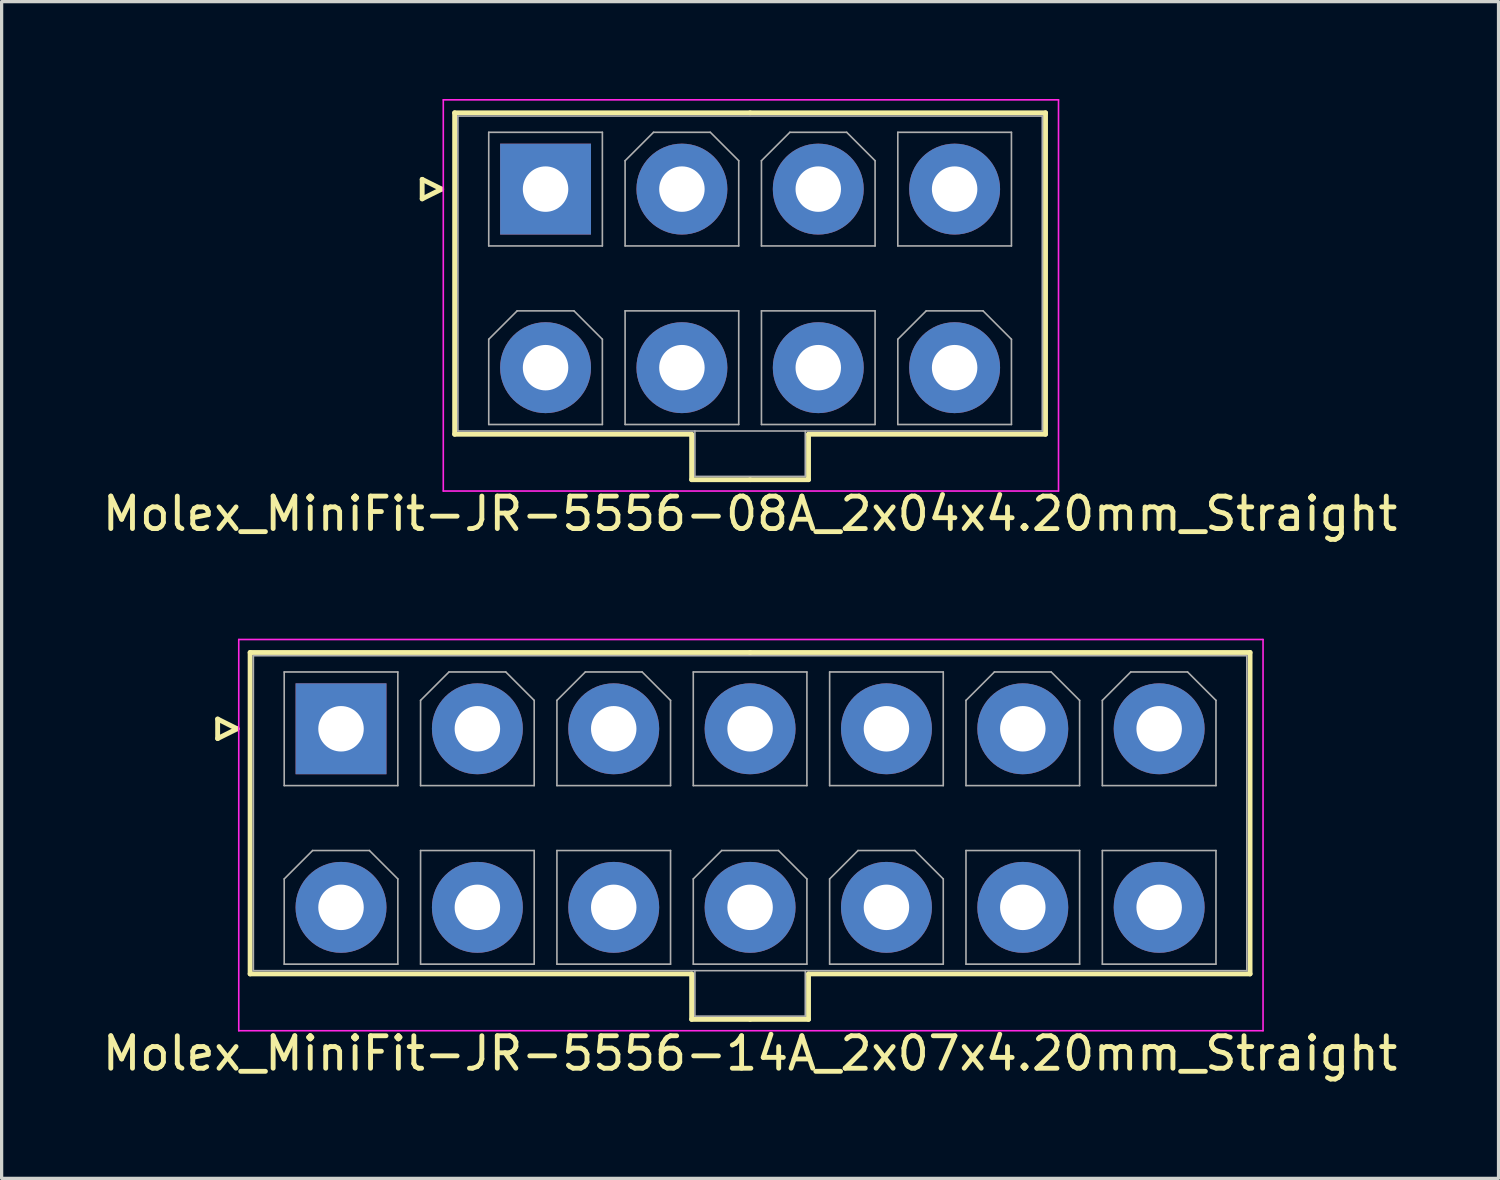
<source format=kicad_pcb>
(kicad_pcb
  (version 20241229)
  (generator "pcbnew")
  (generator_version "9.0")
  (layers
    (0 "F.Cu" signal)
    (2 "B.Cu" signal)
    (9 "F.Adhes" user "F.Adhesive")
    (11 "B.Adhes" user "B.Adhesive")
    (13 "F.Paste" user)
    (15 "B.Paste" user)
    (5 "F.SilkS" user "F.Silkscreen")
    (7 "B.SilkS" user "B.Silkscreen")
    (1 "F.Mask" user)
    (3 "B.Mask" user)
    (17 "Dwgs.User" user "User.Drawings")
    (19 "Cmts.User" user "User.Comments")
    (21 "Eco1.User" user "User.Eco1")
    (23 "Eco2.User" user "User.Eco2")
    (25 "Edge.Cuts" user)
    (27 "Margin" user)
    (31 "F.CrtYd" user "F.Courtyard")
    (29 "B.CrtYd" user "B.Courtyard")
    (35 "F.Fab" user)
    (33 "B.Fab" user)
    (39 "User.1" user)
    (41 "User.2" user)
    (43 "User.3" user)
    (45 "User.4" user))
  (footprint "Molex_MiniFit-JR-5556-14A_2x07x4.20mm_Straight"
    (layer "F.Cu")
    (at 7.454 19.398)
    (property "Reference" "Molex_MiniFit-JR-5556-14A_2x07x4.20mm_Straight" (at 12.6 10 0) (layer "F.SilkS") (effects (font (size 1 1) (thickness 0.15))))
    (attr through_hole)
    (fp_line (start -3.8 -0.3) (end -3.2 0) (stroke (width 0.15) (type solid)) (layer "F.SilkS"))
    (fp_line (start -3.8 0.3) (end -3.8 -0.3) (stroke (width 0.15) (type solid)) (layer "F.SilkS"))
    (fp_line (start -3.2 0) (end -3.8 0.3) (stroke (width 0.15) (type solid)) (layer "F.SilkS"))
    (fp_line (start -2.8 -2.35) (end -2.8 7.55) (stroke (width 0.15) (type solid)) (layer "F.SilkS"))
    (fp_line (start -2.8 7.55) (end 10.8 7.55) (stroke (width 0.15) (type solid)) (layer "F.SilkS"))
    (fp_line (start 10.8 7.55) (end 10.8 8.95) (stroke (width 0.15) (type solid)) (layer "F.SilkS"))
    (fp_line (start 10.8 8.95) (end 12.6 8.95) (stroke (width 0.15) (type solid)) (layer "F.SilkS"))
    (fp_line (start 12.6 -2.35) (end -2.8 -2.35) (stroke (width 0.15) (type solid)) (layer "F.SilkS"))
    (fp_line (start 12.6 -2.35) (end 28 -2.35) (stroke (width 0.15) (type solid)) (layer "F.SilkS"))
    (fp_line (start 14.4 7.55) (end 14.4 8.95) (stroke (width 0.15) (type solid)) (layer "F.SilkS"))
    (fp_line (start 14.4 8.95) (end 12.6 8.95) (stroke (width 0.15) (type solid)) (layer "F.SilkS"))
    (fp_line (start 28 -2.35) (end 28 7.55) (stroke (width 0.15) (type solid)) (layer "F.SilkS"))
    (fp_line (start 28 7.55) (end 14.4 7.55) (stroke (width 0.15) (type solid)) (layer "F.SilkS"))
    (fp_line (start -3.15 -2.75) (end -3.15 9.3) (stroke (width 0.05) (type solid)) (layer "F.CrtYd"))
    (fp_line (start -3.15 9.3) (end 28.4 9.3) (stroke (width 0.05) (type solid)) (layer "F.CrtYd"))
    (fp_line (start 28.4 -2.75) (end -3.15 -2.75) (stroke (width 0.05) (type solid)) (layer "F.CrtYd"))
    (fp_line (start 28.4 9.3) (end 28.4 -2.75) (stroke (width 0.05) (type solid)) (layer "F.CrtYd"))
    (fp_line (start -2.7 -2.25) (end -2.7 7.45) (stroke (width 0.05) (type solid)) (layer "F.Fab"))
    (fp_line (start -2.7 7.45) (end 27.9 7.45) (stroke (width 0.05) (type solid)) (layer "F.Fab"))
    (fp_line (start -1.75 -1.75) (end -1.75 1.75) (stroke (width 0.05) (type solid)) (layer "F.Fab"))
    (fp_line (start -1.75 1.75) (end 1.75 1.75) (stroke (width 0.05) (type solid)) (layer "F.Fab"))
    (fp_line (start -1.75 4.625) (end -0.875 3.75) (stroke (width 0.05) (type solid)) (layer "F.Fab"))
    (fp_line (start -1.75 7.25) (end -1.75 4.625) (stroke (width 0.05) (type solid)) (layer "F.Fab"))
    (fp_line (start -0.875 3.75) (end 0.875 3.75) (stroke (width 0.05) (type solid)) (layer "F.Fab"))
    (fp_line (start 0.875 3.75) (end 1.75 4.625) (stroke (width 0.05) (type solid)) (layer "F.Fab"))
    (fp_line (start 1.75 -1.75) (end -1.75 -1.75) (stroke (width 0.05) (type solid)) (layer "F.Fab"))
    (fp_line (start 1.75 1.75) (end 1.75 -1.75) (stroke (width 0.05) (type solid)) (layer "F.Fab"))
    (fp_line (start 1.75 4.625) (end 1.75 7.25) (stroke (width 0.05) (type solid)) (layer "F.Fab"))
    (fp_line (start 1.75 7.25) (end -1.75 7.25) (stroke (width 0.05) (type solid)) (layer "F.Fab"))
    (fp_line (start 2.45 -0.875) (end 3.325 -1.75) (stroke (width 0.05) (type solid)) (layer "F.Fab"))
    (fp_line (start 2.45 1.75) (end 2.45 -0.875) (stroke (width 0.05) (type solid)) (layer "F.Fab"))
    (fp_line (start 2.45 3.75) (end 2.45 7.25) (stroke (width 0.05) (type solid)) (layer "F.Fab"))
    (fp_line (start 2.45 7.25) (end 5.95 7.25) (stroke (width 0.05) (type solid)) (layer "F.Fab"))
    (fp_line (start 3.325 -1.75) (end 5.075 -1.75) (stroke (width 0.05) (type solid)) (layer "F.Fab"))
    (fp_line (start 5.075 -1.75) (end 5.95 -0.875) (stroke (width 0.05) (type solid)) (layer "F.Fab"))
    (fp_line (start 5.95 -0.875) (end 5.95 1.75) (stroke (width 0.05) (type solid)) (layer "F.Fab"))
    (fp_line (start 5.95 1.75) (end 2.45 1.75) (stroke (width 0.05) (type solid)) (layer "F.Fab"))
    (fp_line (start 5.95 3.75) (end 2.45 3.75) (stroke (width 0.05) (type solid)) (layer "F.Fab"))
    (fp_line (start 5.95 7.25) (end 5.95 3.75) (stroke (width 0.05) (type solid)) (layer "F.Fab"))
    (fp_line (start 6.65 -0.875) (end 7.525 -1.75) (stroke (width 0.05) (type solid)) (layer "F.Fab"))
    (fp_line (start 6.65 1.75) (end 6.65 -0.875) (stroke (width 0.05) (type solid)) (layer "F.Fab"))
    (fp_line (start 6.65 3.75) (end 6.65 7.25) (stroke (width 0.05) (type solid)) (layer "F.Fab"))
    (fp_line (start 6.65 7.25) (end 10.15 7.25) (stroke (width 0.05) (type solid)) (layer "F.Fab"))
    (fp_line (start 7.525 -1.75) (end 9.275 -1.75) (stroke (width 0.05) (type solid)) (layer "F.Fab"))
    (fp_line (start 9.275 -1.75) (end 10.15 -0.875) (stroke (width 0.05) (type solid)) (layer "F.Fab"))
    (fp_line (start 10.15 -0.875) (end 10.15 1.75) (stroke (width 0.05) (type solid)) (layer "F.Fab"))
    (fp_line (start 10.15 1.75) (end 6.65 1.75) (stroke (width 0.05) (type solid)) (layer "F.Fab"))
    (fp_line (start 10.15 3.75) (end 6.65 3.75) (stroke (width 0.05) (type solid)) (layer "F.Fab"))
    (fp_line (start 10.15 7.25) (end 10.15 3.75) (stroke (width 0.05) (type solid)) (layer "F.Fab"))
    (fp_line (start 10.85 -1.75) (end 10.85 1.75) (stroke (width 0.05) (type solid)) (layer "F.Fab"))
    (fp_line (start 10.85 1.75) (end 14.35 1.75) (stroke (width 0.05) (type solid)) (layer "F.Fab"))
    (fp_line (start 10.85 4.625) (end 11.725 3.75) (stroke (width 0.05) (type solid)) (layer "F.Fab"))
    (fp_line (start 10.85 7.25) (end 10.85 4.625) (stroke (width 0.05) (type solid)) (layer "F.Fab"))
    (fp_line (start 10.9 7.45) (end 10.9 8.85) (stroke (width 0.05) (type solid)) (layer "F.Fab"))
    (fp_line (start 10.9 8.85) (end 14.3 8.85) (stroke (width 0.05) (type solid)) (layer "F.Fab"))
    (fp_line (start 11.725 3.75) (end 13.475 3.75) (stroke (width 0.05) (type solid)) (layer "F.Fab"))
    (fp_line (start 13.475 3.75) (end 14.35 4.625) (stroke (width 0.05) (type solid)) (layer "F.Fab"))
    (fp_line (start 14.3 8.85) (end 14.3 7.45) (stroke (width 0.05) (type solid)) (layer "F.Fab"))
    (fp_line (start 14.35 -1.75) (end 10.85 -1.75) (stroke (width 0.05) (type solid)) (layer "F.Fab"))
    (fp_line (start 14.35 1.75) (end 14.35 -1.75) (stroke (width 0.05) (type solid)) (layer "F.Fab"))
    (fp_line (start 14.35 4.625) (end 14.35 7.25) (stroke (width 0.05) (type solid)) (layer "F.Fab"))
    (fp_line (start 14.35 7.25) (end 10.85 7.25) (stroke (width 0.05) (type solid)) (layer "F.Fab"))
    (fp_line (start 15.05 -1.75) (end 15.05 1.75) (stroke (width 0.05) (type solid)) (layer "F.Fab"))
    (fp_line (start 15.05 1.75) (end 18.55 1.75) (stroke (width 0.05) (type solid)) (layer "F.Fab"))
    (fp_line (start 15.05 4.625) (end 15.925 3.75) (stroke (width 0.05) (type solid)) (layer "F.Fab"))
    (fp_line (start 15.05 7.25) (end 15.05 4.625) (stroke (width 0.05) (type solid)) (layer "F.Fab"))
    (fp_line (start 15.925 3.75) (end 17.675 3.75) (stroke (width 0.05) (type solid)) (layer "F.Fab"))
    (fp_line (start 17.675 3.75) (end 18.55 4.625) (stroke (width 0.05) (type solid)) (layer "F.Fab"))
    (fp_line (start 18.55 -1.75) (end 15.05 -1.75) (stroke (width 0.05) (type solid)) (layer "F.Fab"))
    (fp_line (start 18.55 1.75) (end 18.55 -1.75) (stroke (width 0.05) (type solid)) (layer "F.Fab"))
    (fp_line (start 18.55 4.625) (end 18.55 7.25) (stroke (width 0.05) (type solid)) (layer "F.Fab"))
    (fp_line (start 18.55 7.25) (end 15.05 7.25) (stroke (width 0.05) (type solid)) (layer "F.Fab"))
    (fp_line (start 19.25 -0.875) (end 20.125 -1.75) (stroke (width 0.05) (type solid)) (layer "F.Fab"))
    (fp_line (start 19.25 1.75) (end 19.25 -0.875) (stroke (width 0.05) (type solid)) (layer "F.Fab"))
    (fp_line (start 19.25 3.75) (end 19.25 7.25) (stroke (width 0.05) (type solid)) (layer "F.Fab"))
    (fp_line (start 19.25 7.25) (end 22.75 7.25) (stroke (width 0.05) (type solid)) (layer "F.Fab"))
    (fp_line (start 20.125 -1.75) (end 21.875 -1.75) (stroke (width 0.05) (type solid)) (layer "F.Fab"))
    (fp_line (start 21.875 -1.75) (end 22.75 -0.875) (stroke (width 0.05) (type solid)) (layer "F.Fab"))
    (fp_line (start 22.75 -0.875) (end 22.75 1.75) (stroke (width 0.05) (type solid)) (layer "F.Fab"))
    (fp_line (start 22.75 1.75) (end 19.25 1.75) (stroke (width 0.05) (type solid)) (layer "F.Fab"))
    (fp_line (start 22.75 3.75) (end 19.25 3.75) (stroke (width 0.05) (type solid)) (layer "F.Fab"))
    (fp_line (start 22.75 7.25) (end 22.75 3.75) (stroke (width 0.05) (type solid)) (layer "F.Fab"))
    (fp_line (start 23.45 -0.875) (end 24.325 -1.75) (stroke (width 0.05) (type solid)) (layer "F.Fab"))
    (fp_line (start 23.45 1.75) (end 23.45 -0.875) (stroke (width 0.05) (type solid)) (layer "F.Fab"))
    (fp_line (start 23.45 3.75) (end 23.45 7.25) (stroke (width 0.05) (type solid)) (layer "F.Fab"))
    (fp_line (start 23.45 7.25) (end 26.95 7.25) (stroke (width 0.05) (type solid)) (layer "F.Fab"))
    (fp_line (start 24.325 -1.75) (end 26.075 -1.75) (stroke (width 0.05) (type solid)) (layer "F.Fab"))
    (fp_line (start 26.075 -1.75) (end 26.95 -0.875) (stroke (width 0.05) (type solid)) (layer "F.Fab"))
    (fp_line (start 26.95 -0.875) (end 26.95 1.75) (stroke (width 0.05) (type solid)) (layer "F.Fab"))
    (fp_line (start 26.95 1.75) (end 23.45 1.75) (stroke (width 0.05) (type solid)) (layer "F.Fab"))
    (fp_line (start 26.95 3.75) (end 23.45 3.75) (stroke (width 0.05) (type solid)) (layer "F.Fab"))
    (fp_line (start 26.95 7.25) (end 26.95 3.75) (stroke (width 0.05) (type solid)) (layer "F.Fab"))
    (fp_line (start 27.9 -2.25) (end -2.7 -2.25) (stroke (width 0.05) (type solid)) (layer "F.Fab"))
    (fp_line (start 27.9 7.45) (end 27.9 -2.25) (stroke (width 0.05) (type solid)) (layer "F.Fab"))
    (pad "1" thru_hole rect (at 0 0) (size 2.8 2.8) (drill 1.4) (layers "*.Cu" "*.Mask"))
    (pad "2" thru_hole circle (at 4.2 0) (size 2.8 2.8) (drill 1.4) (layers "*.Cu" "*.Mask"))
    (pad "3" thru_hole circle (at 8.4 0) (size 2.8 2.8) (drill 1.4) (layers "*.Cu" "*.Mask"))
    (pad "4" thru_hole circle (at 12.6 0) (size 2.8 2.8) (drill 1.4) (layers "*.Cu" "*.Mask"))
    (pad "5" thru_hole circle (at 16.8 0) (size 2.8 2.8) (drill 1.4) (layers "*.Cu" "*.Mask"))
    (pad "6" thru_hole circle (at 21 0) (size 2.8 2.8) (drill 1.4) (layers "*.Cu" "*.Mask"))
    (pad "7" thru_hole circle (at 25.2 0) (size 2.8 2.8) (drill 1.4) (layers "*.Cu" "*.Mask"))
    (pad "8" thru_hole circle (at 0 5.5) (size 2.8 2.8) (drill 1.4) (layers "*.Cu" "*.Mask"))
    (pad "9" thru_hole circle (at 4.2 5.5) (size 2.8 2.8) (drill 1.4) (layers "*.Cu" "*.Mask"))
    (pad "10" thru_hole circle (at 8.4 5.5) (size 2.8 2.8) (drill 1.4) (layers "*.Cu" "*.Mask"))
    (pad "11" thru_hole circle (at 12.6 5.5) (size 2.8 2.8) (drill 1.4) (layers "*.Cu" "*.Mask"))
    (pad "12" thru_hole circle (at 16.8 5.5) (size 2.8 2.8) (drill 1.4) (layers "*.Cu" "*.Mask"))
    (pad "13" thru_hole circle (at 21 5.5) (size 2.8 2.8) (drill 1.4) (layers "*.Cu" "*.Mask"))
    (pad "14" thru_hole circle (at 25.2 5.5) (size 2.8 2.8) (drill 1.4) (layers "*.Cu" "*.Mask")))
  (footprint "Molex_MiniFit-JR-5556-08A_2x04x4.20mm_Straight"
    (layer "F.Cu")
    (at 13.754 2.775)
    (property "Reference" "Molex_MiniFit-JR-5556-08A_2x04x4.20mm_Straight" (at 6.3 10 0) (layer "F.SilkS") (effects (font (size 1 1) (thickness 0.15))))
    (attr through_hole)
    (fp_line (start -3.8 -0.3) (end -3.2 0) (stroke (width 0.15) (type solid)) (layer "F.SilkS"))
    (fp_line (start -3.8 0.3) (end -3.8 -0.3) (stroke (width 0.15) (type solid)) (layer "F.SilkS"))
    (fp_line (start -3.2 0) (end -3.8 0.3) (stroke (width 0.15) (type solid)) (layer "F.SilkS"))
    (fp_line (start -2.8 -2.35) (end -2.8 7.55) (stroke (width 0.15) (type solid)) (layer "F.SilkS"))
    (fp_line (start -2.8 7.55) (end 4.5 7.55) (stroke (width 0.15) (type solid)) (layer "F.SilkS"))
    (fp_line (start 4.5 7.55) (end 4.5 8.95) (stroke (width 0.15) (type solid)) (layer "F.SilkS"))
    (fp_line (start 4.5 8.95) (end 6.3 8.95) (stroke (width 0.15) (type solid)) (layer "F.SilkS"))
    (fp_line (start 6.3 -2.35) (end -2.8 -2.35) (stroke (width 0.15) (type solid)) (layer "F.SilkS"))
    (fp_line (start 6.3 -2.35) (end 15.4 -2.35) (stroke (width 0.15) (type solid)) (layer "F.SilkS"))
    (fp_line (start 8.1 7.55) (end 8.1 8.95) (stroke (width 0.15) (type solid)) (layer "F.SilkS"))
    (fp_line (start 8.1 8.95) (end 6.3 8.95) (stroke (width 0.15) (type solid)) (layer "F.SilkS"))
    (fp_line (start 15.4 -2.35) (end 15.4 7.55) (stroke (width 0.15) (type solid)) (layer "F.SilkS"))
    (fp_line (start 15.4 7.55) (end 8.1 7.55) (stroke (width 0.15) (type solid)) (layer "F.SilkS"))
    (fp_line (start -3.15 -2.75) (end -3.15 9.3) (stroke (width 0.05) (type solid)) (layer "F.CrtYd"))
    (fp_line (start -3.15 9.3) (end 15.8 9.3) (stroke (width 0.05) (type solid)) (layer "F.CrtYd"))
    (fp_line (start 15.8 -2.75) (end -3.15 -2.75) (stroke (width 0.05) (type solid)) (layer "F.CrtYd"))
    (fp_line (start 15.8 9.3) (end 15.8 -2.75) (stroke (width 0.05) (type solid)) (layer "F.CrtYd"))
    (fp_line (start -2.7 -2.25) (end -2.7 7.45) (stroke (width 0.05) (type solid)) (layer "F.Fab"))
    (fp_line (start -2.7 7.45) (end 15.3 7.45) (stroke (width 0.05) (type solid)) (layer "F.Fab"))
    (fp_line (start -1.75 -1.75) (end -1.75 1.75) (stroke (width 0.05) (type solid)) (layer "F.Fab"))
    (fp_line (start -1.75 1.75) (end 1.75 1.75) (stroke (width 0.05) (type solid)) (layer "F.Fab"))
    (fp_line (start -1.75 4.625) (end -0.875 3.75) (stroke (width 0.05) (type solid)) (layer "F.Fab"))
    (fp_line (start -1.75 7.25) (end -1.75 4.625) (stroke (width 0.05) (type solid)) (layer "F.Fab"))
    (fp_line (start -0.875 3.75) (end 0.875 3.75) (stroke (width 0.05) (type solid)) (layer "F.Fab"))
    (fp_line (start 0.875 3.75) (end 1.75 4.625) (stroke (width 0.05) (type solid)) (layer "F.Fab"))
    (fp_line (start 1.75 -1.75) (end -1.75 -1.75) (stroke (width 0.05) (type solid)) (layer "F.Fab"))
    (fp_line (start 1.75 1.75) (end 1.75 -1.75) (stroke (width 0.05) (type solid)) (layer "F.Fab"))
    (fp_line (start 1.75 4.625) (end 1.75 7.25) (stroke (width 0.05) (type solid)) (layer "F.Fab"))
    (fp_line (start 1.75 7.25) (end -1.75 7.25) (stroke (width 0.05) (type solid)) (layer "F.Fab"))
    (fp_line (start 2.45 -0.875) (end 3.325 -1.75) (stroke (width 0.05) (type solid)) (layer "F.Fab"))
    (fp_line (start 2.45 1.75) (end 2.45 -0.875) (stroke (width 0.05) (type solid)) (layer "F.Fab"))
    (fp_line (start 2.45 3.75) (end 2.45 7.25) (stroke (width 0.05) (type solid)) (layer "F.Fab"))
    (fp_line (start 2.45 7.25) (end 5.95 7.25) (stroke (width 0.05) (type solid)) (layer "F.Fab"))
    (fp_line (start 3.325 -1.75) (end 5.075 -1.75) (stroke (width 0.05) (type solid)) (layer "F.Fab"))
    (fp_line (start 4.6 7.45) (end 4.6 8.85) (stroke (width 0.05) (type solid)) (layer "F.Fab"))
    (fp_line (start 4.6 8.85) (end 8 8.85) (stroke (width 0.05) (type solid)) (layer "F.Fab"))
    (fp_line (start 5.075 -1.75) (end 5.95 -0.875) (stroke (width 0.05) (type solid)) (layer "F.Fab"))
    (fp_line (start 5.95 -0.875) (end 5.95 1.75) (stroke (width 0.05) (type solid)) (layer "F.Fab"))
    (fp_line (start 5.95 1.75) (end 2.45 1.75) (stroke (width 0.05) (type solid)) (layer "F.Fab"))
    (fp_line (start 5.95 3.75) (end 2.45 3.75) (stroke (width 0.05) (type solid)) (layer "F.Fab"))
    (fp_line (start 5.95 7.25) (end 5.95 3.75) (stroke (width 0.05) (type solid)) (layer "F.Fab"))
    (fp_line (start 6.65 -0.875) (end 7.525 -1.75) (stroke (width 0.05) (type solid)) (layer "F.Fab"))
    (fp_line (start 6.65 1.75) (end 6.65 -0.875) (stroke (width 0.05) (type solid)) (layer "F.Fab"))
    (fp_line (start 6.65 3.75) (end 6.65 7.25) (stroke (width 0.05) (type solid)) (layer "F.Fab"))
    (fp_line (start 6.65 7.25) (end 10.15 7.25) (stroke (width 0.05) (type solid)) (layer "F.Fab"))
    (fp_line (start 7.525 -1.75) (end 9.275 -1.75) (stroke (width 0.05) (type solid)) (layer "F.Fab"))
    (fp_line (start 8 8.85) (end 8 7.45) (stroke (width 0.05) (type solid)) (layer "F.Fab"))
    (fp_line (start 9.275 -1.75) (end 10.15 -0.875) (stroke (width 0.05) (type solid)) (layer "F.Fab"))
    (fp_line (start 10.15 -0.875) (end 10.15 1.75) (stroke (width 0.05) (type solid)) (layer "F.Fab"))
    (fp_line (start 10.15 1.75) (end 6.65 1.75) (stroke (width 0.05) (type solid)) (layer "F.Fab"))
    (fp_line (start 10.15 3.75) (end 6.65 3.75) (stroke (width 0.05) (type solid)) (layer "F.Fab"))
    (fp_line (start 10.15 7.25) (end 10.15 3.75) (stroke (width 0.05) (type solid)) (layer "F.Fab"))
    (fp_line (start 10.85 -1.75) (end 10.85 1.75) (stroke (width 0.05) (type solid)) (layer "F.Fab"))
    (fp_line (start 10.85 1.75) (end 14.35 1.75) (stroke (width 0.05) (type solid)) (layer "F.Fab"))
    (fp_line (start 10.85 4.625) (end 11.725 3.75) (stroke (width 0.05) (type solid)) (layer "F.Fab"))
    (fp_line (start 10.85 7.25) (end 10.85 4.625) (stroke (width 0.05) (type solid)) (layer "F.Fab"))
    (fp_line (start 11.725 3.75) (end 13.475 3.75) (stroke (width 0.05) (type solid)) (layer "F.Fab"))
    (fp_line (start 13.475 3.75) (end 14.35 4.625) (stroke (width 0.05) (type solid)) (layer "F.Fab"))
    (fp_line (start 14.35 -1.75) (end 10.85 -1.75) (stroke (width 0.05) (type solid)) (layer "F.Fab"))
    (fp_line (start 14.35 1.75) (end 14.35 -1.75) (stroke (width 0.05) (type solid)) (layer "F.Fab"))
    (fp_line (start 14.35 4.625) (end 14.35 7.25) (stroke (width 0.05) (type solid)) (layer "F.Fab"))
    (fp_line (start 14.35 7.25) (end 10.85 7.25) (stroke (width 0.05) (type solid)) (layer "F.Fab"))
    (fp_line (start 15.3 -2.25) (end -2.7 -2.25) (stroke (width 0.05) (type solid)) (layer "F.Fab"))
    (fp_line (start 15.3 7.45) (end 15.3 -2.25) (stroke (width 0.05) (type solid)) (layer "F.Fab"))
    (pad "1" thru_hole rect (at 0 0) (size 2.8 2.8) (drill 1.4) (layers "*.Cu" "*.Mask"))
    (pad "2" thru_hole circle (at 4.2 0) (size 2.8 2.8) (drill 1.4) (layers "*.Cu" "*.Mask"))
    (pad "3" thru_hole circle (at 8.4 0) (size 2.8 2.8) (drill 1.4) (layers "*.Cu" "*.Mask"))
    (pad "4" thru_hole circle (at 12.6 0) (size 2.8 2.8) (drill 1.4) (layers "*.Cu" "*.Mask"))
    (pad "5" thru_hole circle (at 0 5.5) (size 2.8 2.8) (drill 1.4) (layers "*.Cu" "*.Mask"))
    (pad "6" thru_hole circle (at 4.2 5.5) (size 2.8 2.8) (drill 1.4) (layers "*.Cu" "*.Mask"))
    (pad "7" thru_hole circle (at 8.4 5.5) (size 2.8 2.8) (drill 1.4) (layers "*.Cu" "*.Mask"))
    (pad "8" thru_hole circle (at 12.6 5.5) (size 2.8 2.8) (drill 1.4) (layers "*.Cu" "*.Mask")))
  (gr_rect
    (start -3 -3)
    (end 43.107 33.246)
    (stroke (width 0.1) (type default))
    (fill no)
    (layer "Edge.Cuts")))
</source>
